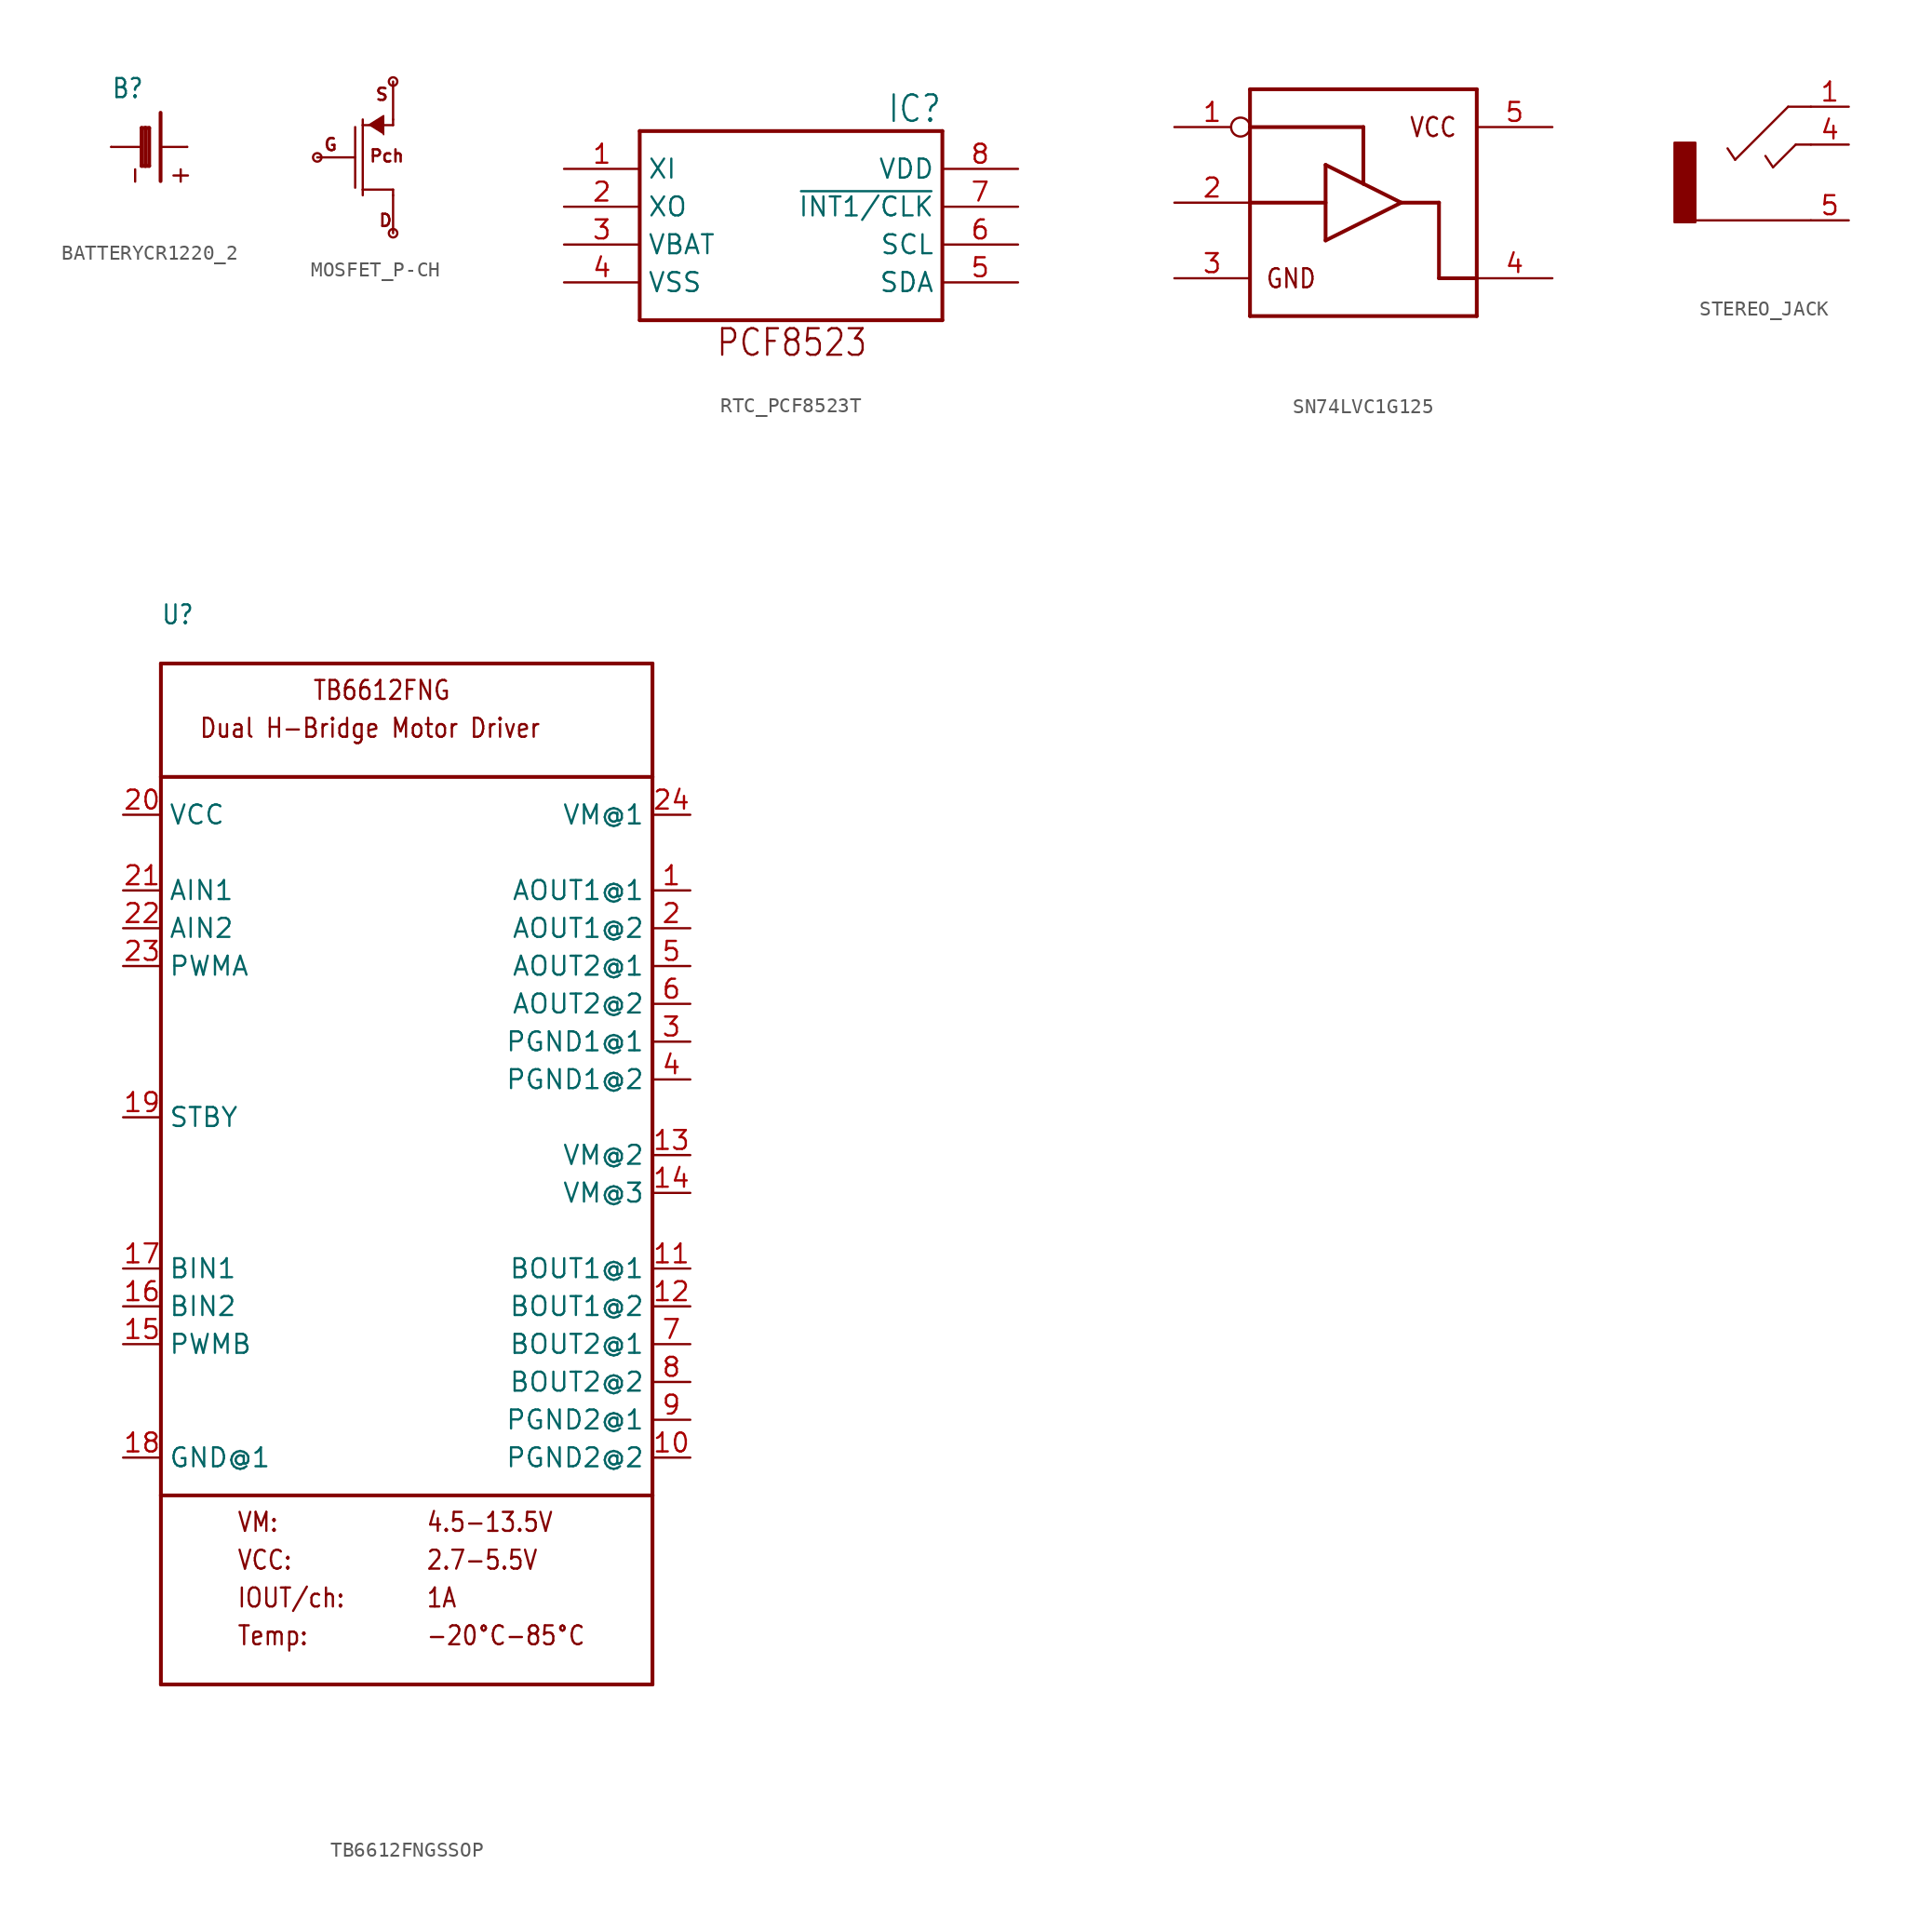
<source format=kicad_sym>
(kicad_symbol_lib
  (version 20231120)
  (generator "kicad_symbol_editor")
  (generator_version "8.0")
  (symbol "BATTERYCR1220_2"
    (property "Reference" "B"
      (at -2.54 3.175 0)
      (effects (font (size 1.27 1.079)) (justify left bottom)))
    (property "Value" ""
      (at -2.54 -5.08 0)
      (effects (font (size 1.27 1.079)) (justify left bottom)))
    (property "ki_locked" ""
      (at 0 0 0)
      (effects (font (size 1.27 1.27))))
    (symbol "BATTERYCR1220_2_1_0"
      (polyline (pts (xy -2.54 0) (xy -0.635 0)) (stroke (width 0.152) (type solid)) (fill (type none)))
      (polyline (pts (xy -0.508 -1.27) (xy -0.508 1.27)) (stroke (width 0.254) (type solid)) (fill (type none)))
      (polyline (pts (xy -0.508 1.27) (xy -0.254 1.27)) (stroke (width 0.254) (type solid)) (fill (type none)))
      (polyline (pts (xy -0.254 -1.27) (xy -0.508 -1.27)) (stroke (width 0.254) (type solid)) (fill (type none)))
      (polyline (pts (xy -0.254 1.27) (xy -0.254 -1.27)) (stroke (width 0.254) (type solid)) (fill (type none)))
      (polyline (pts (xy -0.254 1.27) (xy 0 1.27)) (stroke (width 0.254) (type solid)) (fill (type none)))
      (polyline (pts (xy 0 -1.27) (xy -0.254 -1.27)) (stroke (width 0.254) (type solid)) (fill (type none)))
      (polyline (pts (xy 0 1.27) (xy 0 -1.27)) (stroke (width 0.254) (type solid)) (fill (type none)))
      (polyline (pts (xy 0.762 2.286) (xy 0.762 -2.286)) (stroke (width 0.254) (type solid)) (fill (type none)))
      (polyline (pts (xy 0.889 0) (xy 2.54 0)) (stroke (width 0.152) (type solid)) (fill (type none)))
      (text "+" (at 1.27 -1.143 900) (effects (font (size 1.27 1.079)) (justify right top)))
      (text "-" (at -1.778 -1.143 900) (effects (font (size 1.27 1.079)) (justify right top)))
      (pin passive line (at 2.54 0 180) (length 0) (name "+" (effects (font (size 0 0)))) (number "+" (effects (font (size 0 0)))))
      (pin passive line (at -2.54 0 0) (length 0) (name "-" (effects (font (size 0 0)))) (number "-" (effects (font (size 0 0)))))))
  (symbol "MOSFET_P-CH"
    (property "Reference" ""
      (at 2.54 2.54 0)
      (effects (font (size 1.778 1.511)) (justify left bottom) (hide yes)))
    (property "Value" ""
      (at 2.54 0 0)
      (effects (font (size 1.778 1.511)) (justify left bottom)))
    (property "ki_locked" ""
      (at 0 0 0)
      (effects (font (size 1.27 1.27))))
    (symbol "MOSFET_P-CH_1_0"
      (circle (center -5.08 0) (radius 0.284) (stroke (width 0.152) (type solid)) (fill (type none)))
      (circle (center 0 -5.08) (radius 0.284) (stroke (width 0.152) (type solid)) (fill (type none)))
      (polyline (pts (xy -2.54 -2.032) (xy -2.54 2.032)) (stroke (width 0.152) (type solid)) (fill (type none)))
      (polyline (pts (xy -2.032 -2.54) (xy -2.032 -2.159)) (stroke (width 0.152) (type solid)) (fill (type none)))
      (polyline (pts (xy -2.032 -2.159) (xy -2.032 2.159)) (stroke (width 0.152) (type solid)) (fill (type none)))
      (polyline (pts (xy -2.032 2.159) (xy -2.032 2.54)) (stroke (width 0.152) (type solid)) (fill (type none)))
      (polyline (pts (xy -2.032 2.159) (xy 0 2.159)) (stroke (width 0.152) (type solid)) (fill (type none)))
      (polyline (pts (xy 0 -2.159) (xy -2.032 -2.159)) (stroke (width 0.152) (type solid)) (fill (type none)))
      (polyline (pts (xy 0 -2.159) (xy 0 -2.54)) (stroke (width 0.152) (type solid)) (fill (type none)))
      (polyline (pts (xy 0 2.159) (xy 0 2.54)) (stroke (width 0.152) (type solid)) (fill (type none)))
      (polyline (pts (xy -1.651 2.159) (xy -0.635 2.794) (xy -0.635 1.524)) (stroke (width 0.102) (type solid)) (fill (type outline)))
      (circle (center 0 5.08) (radius 0.284) (stroke (width 0.152) (type solid)) (fill (type none)))
      (text "D" (at -1.016 -4.699 0) (effects (font (size 0.813 0.813) (thickness 0.163) (bold yes)) (justify left bottom)))
      (text "G" (at -4.699 0.381 0) (effects (font (size 0.813 0.813) (thickness 0.163) (bold yes)) (justify left bottom)))
      (text "Pch" (at -1.651 -0.381 0) (effects (font (size 0.813 0.813) (thickness 0.163) (bold yes)) (justify left bottom)))
      (text "S" (at -0.254 4.699 0) (effects (font (size 0.813 0.813) (thickness 0.163) (bold yes)) (justify right top)))
      (pin passive line (at -5.08 0 0) (length 2.54) (name "G" (effects (font (size 0 0)))) (number "P$1" (effects (font (size 0 0)))))
      (pin passive line (at 0 5.08 270) (length 2.54) (name "S" (effects (font (size 0 0)))) (number "P$2" (effects (font (size 0 0)))))
      (pin passive line (at 0 -5.08 90) (length 2.54) (name "D" (effects (font (size 0 0)))) (number "P$3" (effects (font (size 0 0)))))))
  (symbol "RTC_PCF8523T"
    (property "Reference" "IC"
      (at 10.16 7.62 0)
      (effects (font (size 1.778 1.511)) (justify right top)))
    (property "ki_locked" ""
      (at 0 0 0)
      (effects (font (size 1.27 1.27))))
    (symbol "RTC_PCF8523T_1_0"
      (polyline (pts (xy -10.16 -7.62) (xy -10.16 5.08)) (stroke (width 0.254) (type solid)) (fill (type none)))
      (polyline (pts (xy -10.16 5.08) (xy 10.16 5.08)) (stroke (width 0.254) (type solid)) (fill (type none)))
      (polyline (pts (xy 10.16 -7.62) (xy -10.16 -7.62)) (stroke (width 0.254) (type solid)) (fill (type none)))
      (polyline (pts (xy 10.16 5.08) (xy 10.16 -7.62)) (stroke (width 0.254) (type solid)) (fill (type none)))
      (text "PCF8523" (at -5.08 -10.16 0) (effects (font (size 1.778 1.511)) (justify left bottom)))
      (pin input line (at -15.24 2.54 0) (length 5.08) (name "XI" (effects (font (size 1.27 1.27)))) (number "1" (effects (font (size 1.27 1.27)))))
      (pin output line (at -15.24 0 0) (length 5.08) (name "XO" (effects (font (size 1.27 1.27)))) (number "2" (effects (font (size 1.27 1.27)))))
      (pin power_in line (at -15.24 -2.54 0) (length 5.08) (name "VBAT" (effects (font (size 1.27 1.27)))) (number "3" (effects (font (size 1.27 1.27)))))
      (pin power_in line (at -15.24 -5.08 0) (length 5.08) (name "VSS" (effects (font (size 1.27 1.27)))) (number "4" (effects (font (size 1.27 1.27)))))
      (pin bidirectional line (at 15.24 -5.08 180) (length 5.08) (name "SDA" (effects (font (size 1.27 1.27)))) (number "5" (effects (font (size 1.27 1.27)))))
      (pin bidirectional line (at 15.24 -2.54 180) (length 5.08) (name "SCL" (effects (font (size 1.27 1.27)))) (number "6" (effects (font (size 1.27 1.27)))))
      (pin output line (at 15.24 0 180) (length 5.08) (name "~{INT1/CLK}" (effects (font (size 1.27 1.27)))) (number "7" (effects (font (size 1.27 1.27)))))
      (pin power_in line (at 15.24 2.54 180) (length 5.08) (name "VDD" (effects (font (size 1.27 1.27)))) (number "8" (effects (font (size 1.27 1.27)))))))
  (symbol "SN74LVC1G125"
    (property "Reference" ""
      (at -7.62 8.89 0)
      (effects (font (size 1.778 1.511)) (justify left bottom) (hide yes)))
    (property "Value" ""
      (at -7.62 -10.795 0)
      (effects (font (size 1.778 1.511)) (justify left bottom)))
    (property "ki_locked" ""
      (at 0 0 0)
      (effects (font (size 1.27 1.27))))
    (symbol "SN74LVC1G125_1_0"
      (polyline (pts (xy -7.62 -7.62) (xy 7.62 -7.62)) (stroke (width 0.254) (type solid)) (fill (type none)))
      (polyline (pts (xy -7.62 0) (xy -2.54 0)) (stroke (width 0.254) (type solid)) (fill (type none)))
      (polyline (pts (xy -7.62 5.08) (xy 0 5.08)) (stroke (width 0.254) (type solid)) (fill (type none)))
      (polyline (pts (xy -7.62 7.62) (xy -7.62 -7.62)) (stroke (width 0.254) (type solid)) (fill (type none)))
      (polyline (pts (xy -2.54 2.54) (xy -2.54 -2.54)) (stroke (width 0.254) (type solid)) (fill (type none)))
      (polyline (pts (xy -2.54 2.54) (xy 0 1.27)) (stroke (width 0.254) (type solid)) (fill (type none)))
      (polyline (pts (xy 0 1.27) (xy 2.54 0)) (stroke (width 0.254) (type solid)) (fill (type none)))
      (polyline (pts (xy 0 5.08) (xy 0 1.27)) (stroke (width 0.254) (type solid)) (fill (type none)))
      (polyline (pts (xy 2.54 0) (xy -2.54 -2.54)) (stroke (width 0.254) (type solid)) (fill (type none)))
      (polyline (pts (xy 2.54 0) (xy 5.08 0)) (stroke (width 0.254) (type solid)) (fill (type none)))
      (polyline (pts (xy 5.08 -5.08) (xy 7.62 -5.08)) (stroke (width 0.254) (type solid)) (fill (type none)))
      (polyline (pts (xy 5.08 0) (xy 5.08 -5.08)) (stroke (width 0.254) (type solid)) (fill (type none)))
      (polyline (pts (xy 7.62 -7.62) (xy 7.62 7.62)) (stroke (width 0.254) (type solid)) (fill (type none)))
      (polyline (pts (xy 7.62 7.62) (xy -7.62 7.62)) (stroke (width 0.254) (type solid)) (fill (type none)))
      (text "GND" (at -6.604 -5.842 0) (effects (font (size 1.27 1.079)) (justify left bottom)))
      (text "VCC" (at 3.048 4.318 0) (effects (font (size 1.27 1.079)) (justify left bottom)))
      (pin bidirectional inverted (at -12.7 5.08 0) (length 5.08) (name "P$1" (effects (font (size 0 0)))) (number "1" (effects (font (size 1.27 1.27)))))
      (pin bidirectional line (at -12.7 0 0) (length 5.08) (name "P$2" (effects (font (size 0 0)))) (number "2" (effects (font (size 1.27 1.27)))))
      (pin bidirectional line (at -12.7 -5.08 0) (length 5.08) (name "P$3" (effects (font (size 0 0)))) (number "3" (effects (font (size 1.27 1.27)))))
      (pin bidirectional line (at 12.7 -5.08 180) (length 5.08) (name "P$4" (effects (font (size 0 0)))) (number "4" (effects (font (size 1.27 1.27)))))
      (pin bidirectional line (at 12.7 5.08 180) (length 5.08) (name "P$5" (effects (font (size 0 0)))) (number "5" (effects (font (size 1.27 1.27)))))))
  (symbol "STEREO_JACK"
    (property "Reference" ""
      (at -2.54 6.604 0)
      (effects (font (size 1.778 1.511)) (justify left bottom) (hide yes)))
    (property "Value" ""
      (at -2.54 -6.096 0)
      (effects (font (size 1.778 1.511)) (justify left bottom)))
    (property "ki_locked" ""
      (at 0 0 0)
      (effects (font (size 1.27 1.27))))
    (symbol "STEREO_JACK_1_0"
      (rectangle (start -5.207 2.667) (end -6.604 -2.667) (stroke (width 0) (type default)) (fill (type outline)))
      (polyline (pts (xy -2.54 1.524) (xy -3.048 2.286)) (stroke (width 0.152) (type solid)) (fill (type none)))
      (polyline (pts (xy 0 1.016) (xy -0.508 1.778)) (stroke (width 0.152) (type solid)) (fill (type none)))
      (polyline (pts (xy 1.016 5.08) (xy -2.54 1.524)) (stroke (width 0.152) (type solid)) (fill (type none)))
      (polyline (pts (xy 1.524 2.54) (xy 0 1.016)) (stroke (width 0.152) (type solid)) (fill (type none)))
      (polyline (pts (xy 2.54 -2.54) (xy -5.207 -2.54)) (stroke (width 0.152) (type solid)) (fill (type none)))
      (polyline (pts (xy 2.54 2.54) (xy 1.524 2.54)) (stroke (width 0.152) (type solid)) (fill (type none)))
      (polyline (pts (xy 2.54 5.08) (xy 1.016 5.08)) (stroke (width 0.152) (type solid)) (fill (type none)))
      (pin passive line (at 5.08 5.08 180) (length 2.54) (name "1" (effects (font (size 0 0)))) (number "1" (effects (font (size 1.27 1.27)))))
      (pin passive line (at 5.08 2.54 180) (length 2.54) (name "4" (effects (font (size 0 0)))) (number "4" (effects (font (size 1.27 1.27)))))
      (pin passive line (at 5.08 -2.54 180) (length 2.54) (name "5" (effects (font (size 0 0)))) (number "5" (effects (font (size 1.27 1.27)))))))
  (symbol "TB6612FNGSSOP"
    (property "Reference" "U"
      (at -15.24 35.56 0)
      (effects (font (size 1.27 1.079)) (justify left bottom)))
    (property "Value" ""
      (at -15.24 -38.1 0)
      (effects (font (size 1.27 1.079)) (justify left bottom)))
    (property "ki_locked" ""
      (at 0 0 0)
      (effects (font (size 1.27 1.27))))
    (symbol "TB6612FNGSSOP_1_0"
      (polyline (pts (xy -15.24 -35.56) (xy 17.78 -35.56)) (stroke (width 0.254) (type solid)) (fill (type none)))
      (polyline (pts (xy -15.24 -22.86) (xy -15.24 -35.56)) (stroke (width 0.254) (type solid)) (fill (type none)))
      (polyline (pts (xy -15.24 -22.86) (xy -15.24 25.4)) (stroke (width 0.254) (type solid)) (fill (type none)))
      (polyline (pts (xy -15.24 25.4) (xy -15.24 33.02)) (stroke (width 0.254) (type solid)) (fill (type none)))
      (polyline (pts (xy -15.24 25.4) (xy 17.78 25.4)) (stroke (width 0.254) (type solid)) (fill (type none)))
      (polyline (pts (xy -15.24 33.02) (xy 17.78 33.02)) (stroke (width 0.254) (type solid)) (fill (type none)))
      (polyline (pts (xy 17.78 -35.56) (xy 17.78 -22.86)) (stroke (width 0.254) (type solid)) (fill (type none)))
      (polyline (pts (xy 17.78 -22.86) (xy -15.24 -22.86)) (stroke (width 0.254) (type solid)) (fill (type none)))
      (polyline (pts (xy 17.78 25.4) (xy 17.78 -22.86)) (stroke (width 0.254) (type solid)) (fill (type none)))
      (polyline (pts (xy 17.78 33.02) (xy 17.78 25.4)) (stroke (width 0.254) (type solid)) (fill (type none)))
      (text "-20°C-85°C" (at 2.54 -33.02 0) (effects (font (size 1.27 1.079)) (justify left bottom)))
      (text "1A" (at 2.54 -30.48 0) (effects (font (size 1.27 1.079)) (justify left bottom)))
      (text "2.7-5.5V" (at 2.54 -27.94 0) (effects (font (size 1.27 1.079)) (justify left bottom)))
      (text "4.5-13.5V" (at 2.54 -25.4 0) (effects (font (size 1.27 1.079)) (justify left bottom)))
      (text "Dual H-Bridge Motor Driver" (at -12.7 27.94 0) (effects (font (size 1.27 1.079)) (justify left bottom)))
      (text "IOUT/ch:" (at -10.16 -30.48 0) (effects (font (size 1.27 1.079)) (justify left bottom)))
      (text "TB6612FNG" (at -5.08 30.48 0) (effects (font (size 1.27 1.079)) (justify left bottom)))
      (text "Temp:" (at -10.16 -33.02 0) (effects (font (size 1.27 1.079)) (justify left bottom)))
      (text "VCC:" (at -10.16 -27.94 0) (effects (font (size 1.27 1.079)) (justify left bottom)))
      (text "VM:" (at -10.16 -25.4 0) (effects (font (size 1.27 1.079)) (justify left bottom)))
      (pin output line (at 20.32 17.78 180) (length 2.54) (name "AOUT1@1" (effects (font (size 1.27 1.27)))) (number "1" (effects (font (size 1.27 1.27)))))
      (pin power_in line (at 20.32 -20.32 180) (length 2.54) (name "PGND2@2" (effects (font (size 1.27 1.27)))) (number "10" (effects (font (size 1.27 1.27)))))
      (pin output line (at 20.32 -7.62 180) (length 2.54) (name "BOUT1@1" (effects (font (size 1.27 1.27)))) (number "11" (effects (font (size 1.27 1.27)))))
      (pin output line (at 20.32 -10.16 180) (length 2.54) (name "BOUT1@2" (effects (font (size 1.27 1.27)))) (number "12" (effects (font (size 1.27 1.27)))))
      (pin power_in line (at 20.32 0 180) (length 2.54) (name "VM@2" (effects (font (size 1.27 1.27)))) (number "13" (effects (font (size 1.27 1.27)))))
      (pin power_in line (at 20.32 -2.54 180) (length 2.54) (name "VM@3" (effects (font (size 1.27 1.27)))) (number "14" (effects (font (size 1.27 1.27)))))
      (pin input line (at -17.78 -12.7 0) (length 2.54) (name "PWMB" (effects (font (size 1.27 1.27)))) (number "15" (effects (font (size 1.27 1.27)))))
      (pin input line (at -17.78 -10.16 0) (length 2.54) (name "BIN2" (effects (font (size 1.27 1.27)))) (number "16" (effects (font (size 1.27 1.27)))))
      (pin input line (at -17.78 -7.62 0) (length 2.54) (name "BIN1" (effects (font (size 1.27 1.27)))) (number "17" (effects (font (size 1.27 1.27)))))
      (pin power_in line (at -17.78 -20.32 0) (length 2.54) (name "GND@1" (effects (font (size 1.27 1.27)))) (number "18" (effects (font (size 1.27 1.27)))))
      (pin input line (at -17.78 2.54 0) (length 2.54) (name "STBY" (effects (font (size 1.27 1.27)))) (number "19" (effects (font (size 1.27 1.27)))))
      (pin output line (at 20.32 15.24 180) (length 2.54) (name "AOUT1@2" (effects (font (size 1.27 1.27)))) (number "2" (effects (font (size 1.27 1.27)))))
      (pin power_in line (at -17.78 22.86 0) (length 2.54) (name "VCC" (effects (font (size 1.27 1.27)))) (number "20" (effects (font (size 1.27 1.27)))))
      (pin input line (at -17.78 17.78 0) (length 2.54) (name "AIN1" (effects (font (size 1.27 1.27)))) (number "21" (effects (font (size 1.27 1.27)))))
      (pin input line (at -17.78 15.24 0) (length 2.54) (name "AIN2" (effects (font (size 1.27 1.27)))) (number "22" (effects (font (size 1.27 1.27)))))
      (pin input line (at -17.78 12.7 0) (length 2.54) (name "PWMA" (effects (font (size 1.27 1.27)))) (number "23" (effects (font (size 1.27 1.27)))))
      (pin power_in line (at 20.32 22.86 180) (length 2.54) (name "VM@1" (effects (font (size 1.27 1.27)))) (number "24" (effects (font (size 1.27 1.27)))))
      (pin power_in line (at 20.32 7.62 180) (length 2.54) (name "PGND1@1" (effects (font (size 1.27 1.27)))) (number "3" (effects (font (size 1.27 1.27)))))
      (pin power_in line (at 20.32 5.08 180) (length 2.54) (name "PGND1@2" (effects (font (size 1.27 1.27)))) (number "4" (effects (font (size 1.27 1.27)))))
      (pin output line (at 20.32 12.7 180) (length 2.54) (name "AOUT2@1" (effects (font (size 1.27 1.27)))) (number "5" (effects (font (size 1.27 1.27)))))
      (pin output line (at 20.32 10.16 180) (length 2.54) (name "AOUT2@2" (effects (font (size 1.27 1.27)))) (number "6" (effects (font (size 1.27 1.27)))))
      (pin output line (at 20.32 -12.7 180) (length 2.54) (name "BOUT2@1" (effects (font (size 1.27 1.27)))) (number "7" (effects (font (size 1.27 1.27)))))
      (pin output line (at 20.32 -15.24 180) (length 2.54) (name "BOUT2@2" (effects (font (size 1.27 1.27)))) (number "8" (effects (font (size 1.27 1.27)))))
      (pin power_in line (at 20.32 -17.78 180) (length 2.54) (name "PGND2@1" (effects (font (size 1.27 1.27)))) (number "9" (effects (font (size 1.27 1.27))))))))
</source>
